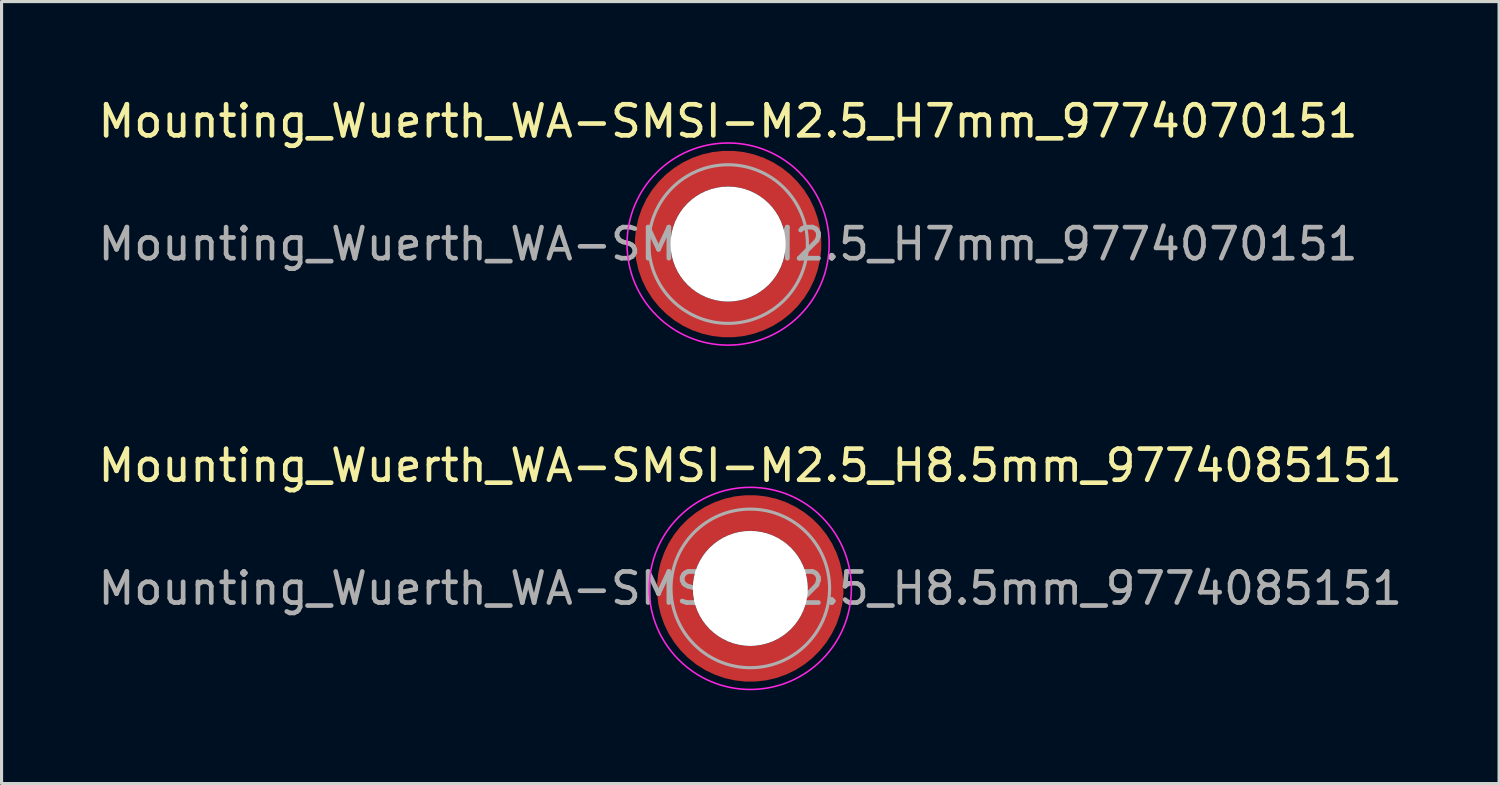
<source format=kicad_pcb>
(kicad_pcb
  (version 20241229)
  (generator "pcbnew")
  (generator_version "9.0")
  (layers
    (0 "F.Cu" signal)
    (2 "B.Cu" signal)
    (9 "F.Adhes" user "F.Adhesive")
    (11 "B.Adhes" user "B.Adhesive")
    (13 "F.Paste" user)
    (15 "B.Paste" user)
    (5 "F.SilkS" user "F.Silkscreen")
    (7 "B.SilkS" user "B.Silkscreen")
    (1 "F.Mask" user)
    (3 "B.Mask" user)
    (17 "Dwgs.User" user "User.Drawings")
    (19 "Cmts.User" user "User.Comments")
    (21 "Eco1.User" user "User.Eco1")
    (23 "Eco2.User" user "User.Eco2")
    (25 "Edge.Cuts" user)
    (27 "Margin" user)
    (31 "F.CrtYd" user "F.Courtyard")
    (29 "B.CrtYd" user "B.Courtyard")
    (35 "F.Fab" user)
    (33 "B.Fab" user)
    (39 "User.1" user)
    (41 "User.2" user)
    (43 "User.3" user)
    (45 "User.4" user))
  (footprint "Mounting_Wuerth_WA-SMSI-M2.5_H7mm_9774070151"
    (layer "F.Cu")
    (at 20.363 4.798)
    (property "Reference" "Mounting_Wuerth_WA-SMSI-M2.5_H7mm_9774070151" (at 0 -3.95 0) (layer "F.SilkS") (effects (font (size 1 1) (thickness 0.15))))
    (attr smd allow_soldermask_bridges)
    (fp_circle (center 0 0) (end 3.25 0) (stroke (width 0.05) (type solid)) (fill no) (layer "F.CrtYd"))
    (fp_circle (center 0 0) (end 2.55 0) (stroke (width 0.1) (type solid)) (fill no) (layer "F.Fab"))
    (fp_text user "${REFERENCE}" (at 0 0 0) (layer "F.Fab") (effects (font (size 1 1) (thickness 0.15))))
    (pad "" smd custom (at -1.704 -1.704) (size 0.51 0.51) (layers "F.Paste") (options (anchor circle)) (primitives (gr_arc (start -0.250195 1.279127) (mid 0.289914 0.289914) (end 1.279127 -0.250195) (width 0.2)) (gr_arc (start -0.34334 1.279127) (mid 0.225488 0.225488) (end 1.279127 -0.34334) (width 0.2)) (gr_arc (start -0.436309 1.279127) (mid 0.161063 0.161063) (end 1.279127 -0.436309) (width 0.2)) (gr_arc (start -0.529126 1.279127) (mid 0.096638 0.096638) (end 1.279127 -0.529126) (width 0.2)) (gr_arc (start -0.621807 1.279127) (mid 0.032213 0.032213) (end 1.279127 -0.621807) (width 0.2)) (gr_arc (start -0.71437 1.279127) (mid -0.032213 -0.032213) (end 1.279127 -0.71437) (width 0.2)) (gr_arc (start -0.806826 1.279127) (mid -0.096638 -0.096638) (end 1.279127 -0.806826) (width 0.2)) (gr_arc (start -0.899187 1.279127) (mid -0.161063 -0.161063) (end 1.279127 -0.899187) (width 0.2)) (gr_arc (start -0.991463 1.279127) (mid -0.225488 -0.225488) (end 1.279127 -0.991463) (width 0.2)) (gr_arc (start -1.083663 1.279127) (mid -0.289914 -0.289914) (end 1.279127 -1.083663) (width 0.2)) (gr_line (start 1.279 -0.25) (end 1.279 -1.084) (width 0.2)) (gr_line (start -0.25 1.279) (end -1.084 1.279) (width 0.2))))
    (pad "" smd custom (at -1.704 1.704) (size 0.51 0.51) (layers "F.Paste") (options (anchor circle)) (primitives (gr_arc (start 1.279127 0.250195) (mid 0.289914 -0.289914) (end -0.250195 -1.279127) (width 0.2)) (gr_arc (start 1.279127 0.34334) (mid 0.225488 -0.225488) (end -0.34334 -1.279127) (width 0.2)) (gr_arc (start 1.279127 0.436309) (mid 0.161063 -0.161063) (end -0.436309 -1.279127) (width 0.2)) (gr_arc (start 1.279127 0.529126) (mid 0.096638 -0.096638) (end -0.529126 -1.279127) (width 0.2)) (gr_arc (start 1.279127 0.621807) (mid 0.032213 -0.032213) (end -0.621807 -1.279127) (width 0.2)) (gr_arc (start 1.279127 0.71437) (mid -0.032213 0.032213) (end -0.71437 -1.279127) (width 0.2)) (gr_arc (start 1.279127 0.806826) (mid -0.096638 0.096638) (end -0.806826 -1.279127) (width 0.2)) (gr_arc (start 1.279127 0.899187) (mid -0.161063 0.161063) (end -0.899187 -1.279127) (width 0.2)) (gr_arc (start 1.279127 0.991463) (mid -0.225488 0.225488) (end -0.991463 -1.279127) (width 0.2)) (gr_arc (start 1.279127 1.083663) (mid -0.289914 0.289914) (end -1.083663 -1.279127) (width 0.2)) (gr_line (start -0.25 -1.279) (end -1.084 -1.279) (width 0.2)) (gr_line (start 1.279 0.25) (end 1.279 1.084) (width 0.2))))
    (pad "" np_thru_hole circle (at 0 0) (size 3.7 3.7) (drill 3.7) (layers "*.Cu" "*.Mask"))
    (pad "" smd custom (at 1.704 -1.704) (size 0.51 0.51) (layers "F.Paste") (options (anchor circle)) (primitives (gr_arc (start -1.279127 -0.250195) (mid -0.289914 0.289914) (end 0.250195 1.279127) (width 0.2)) (gr_arc (start -1.279127 -0.34334) (mid -0.225488 0.225488) (end 0.34334 1.279127) (width 0.2)) (gr_arc (start -1.279127 -0.436309) (mid -0.161063 0.161063) (end 0.436309 1.279127) (width 0.2)) (gr_arc (start -1.279127 -0.529126) (mid -0.096638 0.096638) (end 0.529126 1.279127) (width 0.2)) (gr_arc (start -1.279127 -0.621807) (mid -0.032213 0.032213) (end 0.621807 1.279127) (width 0.2)) (gr_arc (start -1.279127 -0.71437) (mid 0.032213 -0.032213) (end 0.71437 1.279127) (width 0.2)) (gr_arc (start -1.279127 -0.806826) (mid 0.096638 -0.096638) (end 0.806826 1.279127) (width 0.2)) (gr_arc (start -1.279127 -0.899187) (mid 0.161063 -0.161063) (end 0.899187 1.279127) (width 0.2)) (gr_arc (start -1.279127 -0.991463) (mid 0.225488 -0.225488) (end 0.991463 1.279127) (width 0.2)) (gr_arc (start -1.279127 -1.083663) (mid 0.289914 -0.289914) (end 1.083663 1.279127) (width 0.2)) (gr_line (start 0.25 1.279) (end 1.084 1.279) (width 0.2)) (gr_line (start -1.279 -0.25) (end -1.279 -1.084) (width 0.2))))
    (pad "" smd custom (at 1.704 1.704) (size 0.51 0.51) (layers "F.Paste") (options (anchor circle)) (primitives (gr_arc (start 0.250195 -1.279127) (mid -0.289914 -0.289914) (end -1.279127 0.250195) (width 0.2)) (gr_arc (start 0.34334 -1.279127) (mid -0.225488 -0.225488) (end -1.279127 0.34334) (width 0.2)) (gr_arc (start 0.436309 -1.279127) (mid -0.161063 -0.161063) (end -1.279127 0.436309) (width 0.2)) (gr_arc (start 0.529126 -1.279127) (mid -0.096638 -0.096638) (end -1.279127 0.529126) (width 0.2)) (gr_arc (start 0.621807 -1.279127) (mid -0.032213 -0.032213) (end -1.279127 0.621807) (width 0.2)) (gr_arc (start 0.71437 -1.279127) (mid 0.032213 0.032213) (end -1.279127 0.71437) (width 0.2)) (gr_arc (start 0.806826 -1.279127) (mid 0.096638 0.096638) (end -1.279127 0.806826) (width 0.2)) (gr_arc (start 0.899187 -1.279127) (mid 0.161063 0.161063) (end -1.279127 0.899187) (width 0.2)) (gr_arc (start 0.991463 -1.279127) (mid 0.225488 0.225488) (end -1.279127 0.991463) (width 0.2)) (gr_arc (start 1.083663 -1.279127) (mid 0.289914 0.289914) (end -1.279127 1.083663) (width 0.2)) (gr_line (start -1.279 0.25) (end -1.279 1.084) (width 0.2)) (gr_line (start 0.25 -1.279) (end 1.084 -1.279) (width 0.2))))
    (pad "1" smd circle (at -2.425 0) (size 0.642 0.642) (layers "F.Cu"))
    (pad "1" smd circle (at 0 -2.425) (size 0.642 0.642) (layers "F.Cu"))
    (pad "1" smd circle (at 0 2.425) (size 0.642 0.642) (layers "F.Cu"))
    (pad "1" smd custom (at 2.425 0) (size 1.15 1.15) (layers "F.Cu" "F.Mask") (options (anchor circle)) (primitives (gr_circle (center -2.425 0) (end 0 0) (width 1.15) (fill no)))))
  (footprint "Mounting_Wuerth_WA-SMSI-M2.5_H8.5mm_9774085151"
    (layer "F.Cu")
    (at 21.077 15.871)
    (property "Reference" "Mounting_Wuerth_WA-SMSI-M2.5_H8.5mm_9774085151" (at 0 -3.95 0) (layer "F.SilkS") (effects (font (size 1 1) (thickness 0.15))))
    (attr smd allow_soldermask_bridges)
    (fp_circle (center 0 0) (end 3.25 0) (stroke (width 0.05) (type solid)) (fill no) (layer "F.CrtYd"))
    (fp_circle (center 0 0) (end 2.55 0) (stroke (width 0.1) (type solid)) (fill no) (layer "F.Fab"))
    (fp_text user "${REFERENCE}" (at 0 0 0) (layer "F.Fab") (effects (font (size 1 1) (thickness 0.15))))
    (pad "" smd custom (at -1.704 -1.704) (size 0.51 0.51) (layers "F.Paste") (options (anchor circle)) (primitives (gr_arc (start -0.250195 1.279127) (mid 0.289914 0.289914) (end 1.279127 -0.250195) (width 0.2)) (gr_arc (start -0.34334 1.279127) (mid 0.225488 0.225488) (end 1.279127 -0.34334) (width 0.2)) (gr_arc (start -0.436309 1.279127) (mid 0.161063 0.161063) (end 1.279127 -0.436309) (width 0.2)) (gr_arc (start -0.529126 1.279127) (mid 0.096638 0.096638) (end 1.279127 -0.529126) (width 0.2)) (gr_arc (start -0.621807 1.279127) (mid 0.032213 0.032213) (end 1.279127 -0.621807) (width 0.2)) (gr_arc (start -0.71437 1.279127) (mid -0.032213 -0.032213) (end 1.279127 -0.71437) (width 0.2)) (gr_arc (start -0.806826 1.279127) (mid -0.096638 -0.096638) (end 1.279127 -0.806826) (width 0.2)) (gr_arc (start -0.899187 1.279127) (mid -0.161063 -0.161063) (end 1.279127 -0.899187) (width 0.2)) (gr_arc (start -0.991463 1.279127) (mid -0.225488 -0.225488) (end 1.279127 -0.991463) (width 0.2)) (gr_arc (start -1.083663 1.279127) (mid -0.289914 -0.289914) (end 1.279127 -1.083663) (width 0.2)) (gr_line (start 1.279 -0.25) (end 1.279 -1.084) (width 0.2)) (gr_line (start -0.25 1.279) (end -1.084 1.279) (width 0.2))))
    (pad "" smd custom (at -1.704 1.704) (size 0.51 0.51) (layers "F.Paste") (options (anchor circle)) (primitives (gr_arc (start 1.279127 0.250195) (mid 0.289914 -0.289914) (end -0.250195 -1.279127) (width 0.2)) (gr_arc (start 1.279127 0.34334) (mid 0.225488 -0.225488) (end -0.34334 -1.279127) (width 0.2)) (gr_arc (start 1.279127 0.436309) (mid 0.161063 -0.161063) (end -0.436309 -1.279127) (width 0.2)) (gr_arc (start 1.279127 0.529126) (mid 0.096638 -0.096638) (end -0.529126 -1.279127) (width 0.2)) (gr_arc (start 1.279127 0.621807) (mid 0.032213 -0.032213) (end -0.621807 -1.279127) (width 0.2)) (gr_arc (start 1.279127 0.71437) (mid -0.032213 0.032213) (end -0.71437 -1.279127) (width 0.2)) (gr_arc (start 1.279127 0.806826) (mid -0.096638 0.096638) (end -0.806826 -1.279127) (width 0.2)) (gr_arc (start 1.279127 0.899187) (mid -0.161063 0.161063) (end -0.899187 -1.279127) (width 0.2)) (gr_arc (start 1.279127 0.991463) (mid -0.225488 0.225488) (end -0.991463 -1.279127) (width 0.2)) (gr_arc (start 1.279127 1.083663) (mid -0.289914 0.289914) (end -1.083663 -1.279127) (width 0.2)) (gr_line (start -0.25 -1.279) (end -1.084 -1.279) (width 0.2)) (gr_line (start 1.279 0.25) (end 1.279 1.084) (width 0.2))))
    (pad "" np_thru_hole circle (at 0 0) (size 3.7 3.7) (drill 3.7) (layers "*.Cu" "*.Mask"))
    (pad "" smd custom (at 1.704 -1.704) (size 0.51 0.51) (layers "F.Paste") (options (anchor circle)) (primitives (gr_arc (start -1.279127 -0.250195) (mid -0.289914 0.289914) (end 0.250195 1.279127) (width 0.2)) (gr_arc (start -1.279127 -0.34334) (mid -0.225488 0.225488) (end 0.34334 1.279127) (width 0.2)) (gr_arc (start -1.279127 -0.436309) (mid -0.161063 0.161063) (end 0.436309 1.279127) (width 0.2)) (gr_arc (start -1.279127 -0.529126) (mid -0.096638 0.096638) (end 0.529126 1.279127) (width 0.2)) (gr_arc (start -1.279127 -0.621807) (mid -0.032213 0.032213) (end 0.621807 1.279127) (width 0.2)) (gr_arc (start -1.279127 -0.71437) (mid 0.032213 -0.032213) (end 0.71437 1.279127) (width 0.2)) (gr_arc (start -1.279127 -0.806826) (mid 0.096638 -0.096638) (end 0.806826 1.279127) (width 0.2)) (gr_arc (start -1.279127 -0.899187) (mid 0.161063 -0.161063) (end 0.899187 1.279127) (width 0.2)) (gr_arc (start -1.279127 -0.991463) (mid 0.225488 -0.225488) (end 0.991463 1.279127) (width 0.2)) (gr_arc (start -1.279127 -1.083663) (mid 0.289914 -0.289914) (end 1.083663 1.279127) (width 0.2)) (gr_line (start 0.25 1.279) (end 1.084 1.279) (width 0.2)) (gr_line (start -1.279 -0.25) (end -1.279 -1.084) (width 0.2))))
    (pad "" smd custom (at 1.704 1.704) (size 0.51 0.51) (layers "F.Paste") (options (anchor circle)) (primitives (gr_arc (start 0.250195 -1.279127) (mid -0.289914 -0.289914) (end -1.279127 0.250195) (width 0.2)) (gr_arc (start 0.34334 -1.279127) (mid -0.225488 -0.225488) (end -1.279127 0.34334) (width 0.2)) (gr_arc (start 0.436309 -1.279127) (mid -0.161063 -0.161063) (end -1.279127 0.436309) (width 0.2)) (gr_arc (start 0.529126 -1.279127) (mid -0.096638 -0.096638) (end -1.279127 0.529126) (width 0.2)) (gr_arc (start 0.621807 -1.279127) (mid -0.032213 -0.032213) (end -1.279127 0.621807) (width 0.2)) (gr_arc (start 0.71437 -1.279127) (mid 0.032213 0.032213) (end -1.279127 0.71437) (width 0.2)) (gr_arc (start 0.806826 -1.279127) (mid 0.096638 0.096638) (end -1.279127 0.806826) (width 0.2)) (gr_arc (start 0.899187 -1.279127) (mid 0.161063 0.161063) (end -1.279127 0.899187) (width 0.2)) (gr_arc (start 0.991463 -1.279127) (mid 0.225488 0.225488) (end -1.279127 0.991463) (width 0.2)) (gr_arc (start 1.083663 -1.279127) (mid 0.289914 0.289914) (end -1.279127 1.083663) (width 0.2)) (gr_line (start -1.279 0.25) (end -1.279 1.084) (width 0.2)) (gr_line (start 0.25 -1.279) (end 1.084 -1.279) (width 0.2))))
    (pad "1" smd circle (at -2.425 0) (size 0.642 0.642) (layers "F.Cu"))
    (pad "1" smd circle (at 0 -2.425) (size 0.642 0.642) (layers "F.Cu"))
    (pad "1" smd circle (at 0 2.425) (size 0.642 0.642) (layers "F.Cu"))
    (pad "1" smd custom (at 2.425 0) (size 1.15 1.15) (layers "F.Cu" "F.Mask") (options (anchor circle)) (primitives (gr_circle (center -2.425 0) (end 0 0) (width 1.15) (fill no)))))
  (gr_rect
    (start -3 -3)
    (end 45.155 22.146)
    (stroke (width 0.1) (type default))
    (fill no)
    (layer "Edge.Cuts")))
</source>
